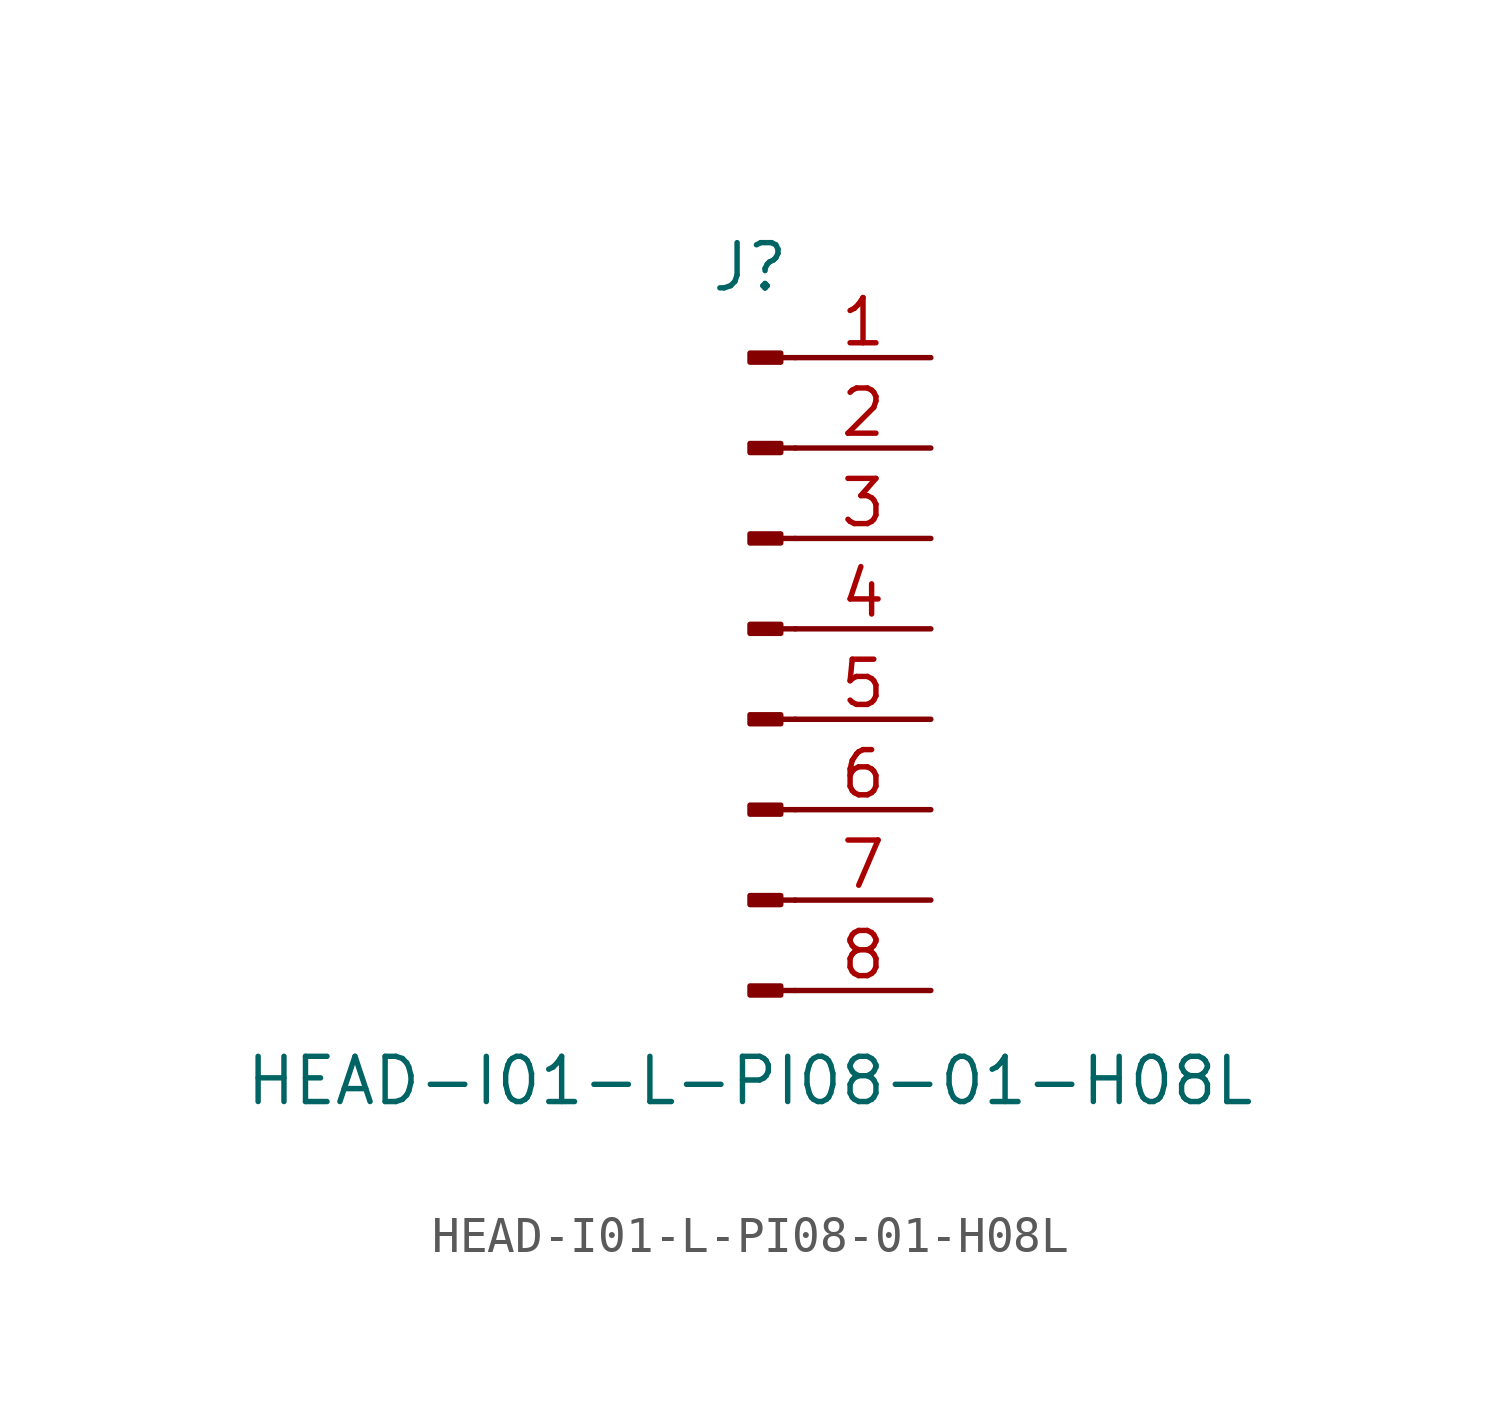
<source format=kicad_sym>
(kicad_symbol_lib
  (version 20211014)
  (generator kicad_symbol_editor)
  (symbol "HEAD-I01-L-PI08-01-H08L"
    (pin_names
      (offset 1.016) hide)
    (property "Reference" "J"
      (at 0 10.16 0)
      (effects (font (size 1.27 1.27))))
    (property "Value" "HEAD-I01-L-PI08-01-H08L"
      (at 0 -12.7 0)
      (effects (font (size 1.27 1.27))))
    (symbol "HEAD-I01-L-PI08-01-H08L_1_1"
      (polyline (pts (xy 1.27 -10.16) (xy 0.864 -10.16)) (stroke (width 0.152) (type default) (color 0 0 0 0)) (fill (type none)))
      (polyline (pts (xy 1.27 -7.62) (xy 0.864 -7.62)) (stroke (width 0.152) (type default) (color 0 0 0 0)) (fill (type none)))
      (polyline (pts (xy 1.27 -5.08) (xy 0.864 -5.08)) (stroke (width 0.152) (type default) (color 0 0 0 0)) (fill (type none)))
      (polyline (pts (xy 1.27 -2.54) (xy 0.864 -2.54)) (stroke (width 0.152) (type default) (color 0 0 0 0)) (fill (type none)))
      (polyline (pts (xy 1.27 0) (xy 0.864 0)) (stroke (width 0.152) (type default) (color 0 0 0 0)) (fill (type none)))
      (polyline (pts (xy 1.27 2.54) (xy 0.864 2.54)) (stroke (width 0.152) (type default) (color 0 0 0 0)) (fill (type none)))
      (polyline (pts (xy 1.27 5.08) (xy 0.864 5.08)) (stroke (width 0.152) (type default) (color 0 0 0 0)) (fill (type none)))
      (polyline (pts (xy 1.27 7.62) (xy 0.864 7.62)) (stroke (width 0.152) (type default) (color 0 0 0 0)) (fill (type none)))
      (rectangle (start 0.864 -10.033) (end 0 -10.287) (stroke (width 0.152) (type default) (color 0 0 0 0)) (fill (type outline)))
      (rectangle (start 0.864 -7.493) (end 0 -7.747) (stroke (width 0.152) (type default) (color 0 0 0 0)) (fill (type outline)))
      (rectangle (start 0.864 -4.953) (end 0 -5.207) (stroke (width 0.152) (type default) (color 0 0 0 0)) (fill (type outline)))
      (rectangle (start 0.864 -2.413) (end 0 -2.667) (stroke (width 0.152) (type default) (color 0 0 0 0)) (fill (type outline)))
      (rectangle (start 0.864 0.127) (end 0 -0.127) (stroke (width 0.152) (type default) (color 0 0 0 0)) (fill (type outline)))
      (rectangle (start 0.864 2.667) (end 0 2.413) (stroke (width 0.152) (type default) (color 0 0 0 0)) (fill (type outline)))
      (rectangle (start 0.864 5.207) (end 0 4.953) (stroke (width 0.152) (type default) (color 0 0 0 0)) (fill (type outline)))
      (rectangle (start 0.864 7.747) (end 0 7.493) (stroke (width 0.152) (type default) (color 0 0 0 0)) (fill (type outline)))
      (pin passive line (at 5.08 7.62 180) (length 3.81) (name "Pin_1" (effects (font (size 1.27 1.27)))) (number "1" (effects (font (size 1.27 1.27)))))
      (pin passive line (at 5.08 5.08 180) (length 3.81) (name "Pin_2" (effects (font (size 1.27 1.27)))) (number "2" (effects (font (size 1.27 1.27)))))
      (pin passive line (at 5.08 2.54 180) (length 3.81) (name "Pin_3" (effects (font (size 1.27 1.27)))) (number "3" (effects (font (size 1.27 1.27)))))
      (pin passive line (at 5.08 0 180) (length 3.81) (name "Pin_4" (effects (font (size 1.27 1.27)))) (number "4" (effects (font (size 1.27 1.27)))))
      (pin passive line (at 5.08 -2.54 180) (length 3.81) (name "Pin_5" (effects (font (size 1.27 1.27)))) (number "5" (effects (font (size 1.27 1.27)))))
      (pin passive line (at 5.08 -5.08 180) (length 3.81) (name "Pin_6" (effects (font (size 1.27 1.27)))) (number "6" (effects (font (size 1.27 1.27)))))
      (pin passive line (at 5.08 -7.62 180) (length 3.81) (name "Pin_7" (effects (font (size 1.27 1.27)))) (number "7" (effects (font (size 1.27 1.27)))))
      (pin passive line (at 5.08 -10.16 180) (length 3.81) (name "Pin_8" (effects (font (size 1.27 1.27)))) (number "8" (effects (font (size 1.27 1.27))))))))
</source>
